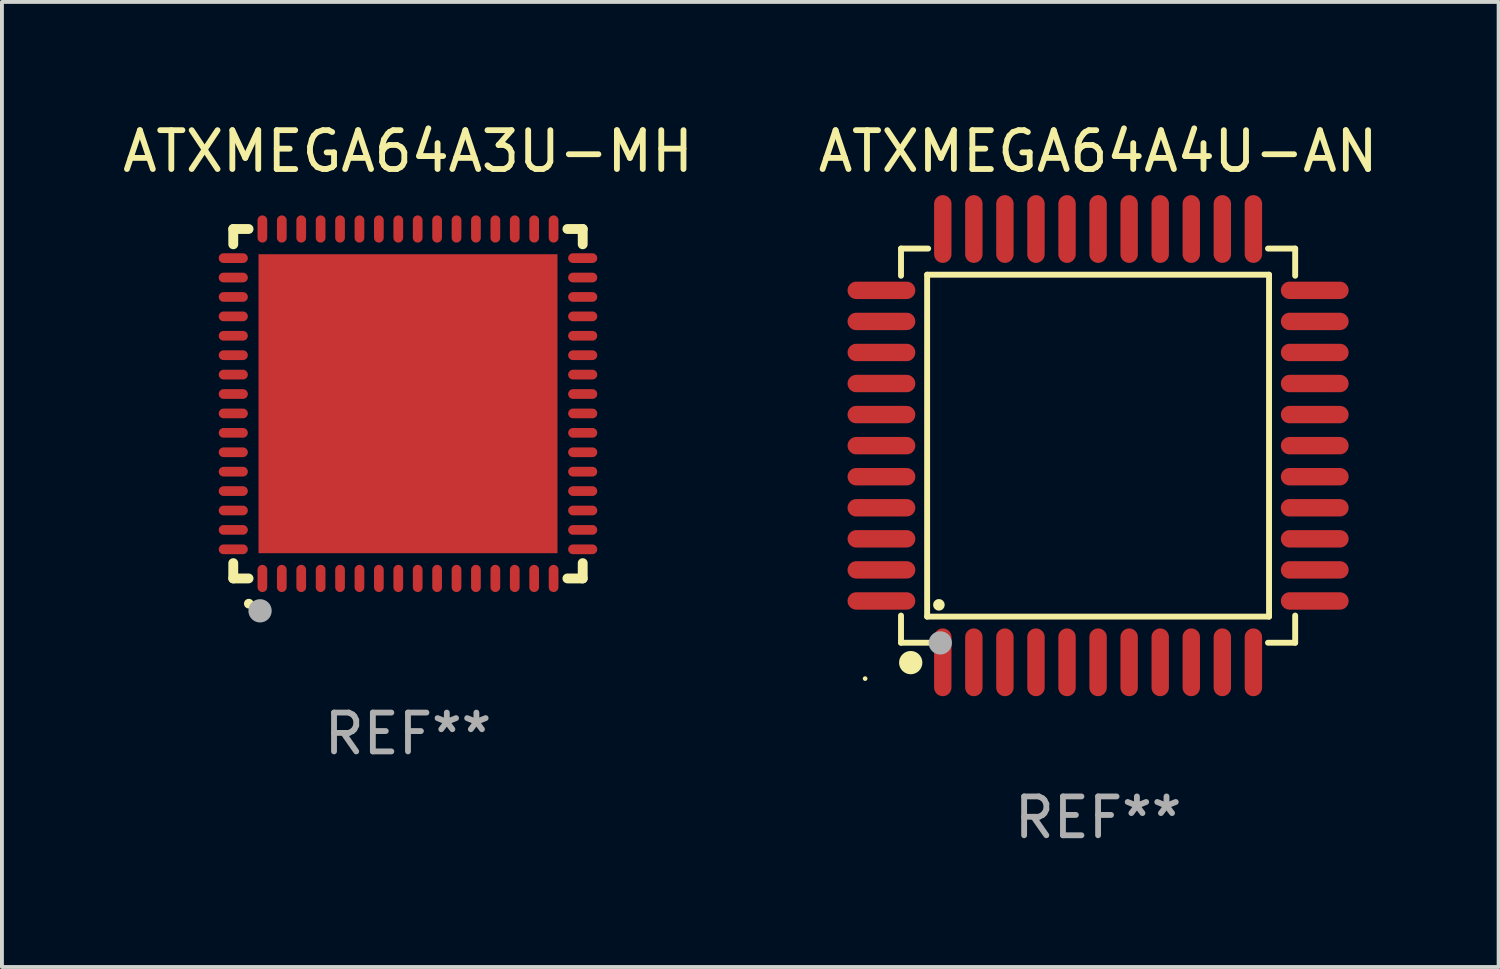
<source format=kicad_pcb>
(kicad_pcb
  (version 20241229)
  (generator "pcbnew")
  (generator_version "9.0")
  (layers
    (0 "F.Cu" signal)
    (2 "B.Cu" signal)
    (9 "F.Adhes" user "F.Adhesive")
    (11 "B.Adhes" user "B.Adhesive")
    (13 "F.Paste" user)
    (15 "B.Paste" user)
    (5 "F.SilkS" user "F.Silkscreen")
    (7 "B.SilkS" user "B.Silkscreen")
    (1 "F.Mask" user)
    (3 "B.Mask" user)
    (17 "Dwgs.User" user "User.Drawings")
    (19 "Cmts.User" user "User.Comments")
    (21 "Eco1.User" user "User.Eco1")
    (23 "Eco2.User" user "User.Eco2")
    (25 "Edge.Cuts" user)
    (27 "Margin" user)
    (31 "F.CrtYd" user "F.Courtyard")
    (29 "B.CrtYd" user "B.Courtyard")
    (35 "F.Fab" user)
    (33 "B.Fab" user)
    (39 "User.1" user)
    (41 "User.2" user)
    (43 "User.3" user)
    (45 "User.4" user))
  (footprint "ATXMEGA64A4U-AN"
    (layer "F.Cu")
    (at 25.232 8.428)
    (property "Reference" "ATXMEGA64A4U-AN" (at 0 -7.58 0) (layer "F.SilkS") (effects (font (size 1 1) (thickness 0.15))))
    (attr through_hole)
    (fp_line (start -5.076 -5.076) (end -5.076 -4.376) (stroke (width 0.152) (type solid)) (layer "F.SilkS"))
    (fp_line (start -5.076 5.076) (end -5.076 4.376) (stroke (width 0.152) (type solid)) (layer "F.SilkS"))
    (fp_line (start -4.403 -4.403) (end 4.403 -4.403) (stroke (width 0.152) (type solid)) (layer "F.SilkS"))
    (fp_line (start -4.403 4.403) (end -4.403 -4.403) (stroke (width 0.152) (type solid)) (layer "F.SilkS"))
    (fp_line (start -4.376 -5.076) (end -5.076 -5.076) (stroke (width 0.152) (type solid)) (layer "F.SilkS"))
    (fp_line (start -4.376 5.076) (end -5.076 5.076) (stroke (width 0.152) (type solid)) (layer "F.SilkS"))
    (fp_line (start 4.376 -5.076) (end 5.076 -5.076) (stroke (width 0.152) (type solid)) (layer "F.SilkS"))
    (fp_line (start 4.376 5.076) (end 5.076 5.076) (stroke (width 0.152) (type solid)) (layer "F.SilkS"))
    (fp_line (start 4.403 -4.403) (end 4.403 4.403) (stroke (width 0.152) (type solid)) (layer "F.SilkS"))
    (fp_line (start 4.403 4.403) (end -4.403 4.403) (stroke (width 0.152) (type solid)) (layer "F.SilkS"))
    (fp_line (start 5.076 -5.076) (end 5.076 -4.376) (stroke (width 0.152) (type solid)) (layer "F.SilkS"))
    (fp_line (start 5.076 5.076) (end 5.076 4.376) (stroke (width 0.152) (type solid)) (layer "F.SilkS"))
    (fp_circle (center -6 6) (end -5.97 6) (stroke (width 0.06) (type solid)) (fill no) (layer "F.SilkS"))
    (fp_circle (center -4.826 5.588) (end -4.676 5.588) (stroke (width 0.3) (type solid)) (fill no) (layer "F.SilkS"))
    (fp_circle (center -4.1 4.1) (end -4.025 4.1) (stroke (width 0.15) (type solid)) (fill no) (layer "F.SilkS"))
    (fp_circle (center -4.064 5.08) (end -3.914 5.08) (stroke (width 0.3) (type solid)) (fill no) (layer "F.Fab"))
    (fp_text user "REF**" (at 0 9.58 0) (layer "F.Fab") (effects (font (size 1 1) (thickness 0.15))))
    (pad "1" smd oval (at -4 5.58) (size 0.448 1.745) (layers "F.Cu" "F.Mask" "F.Paste"))
    (pad "2" smd oval (at -3.2 5.58) (size 0.448 1.745) (layers "F.Cu" "F.Mask" "F.Paste"))
    (pad "3" smd oval (at -2.4 5.58) (size 0.448 1.745) (layers "F.Cu" "F.Mask" "F.Paste"))
    (pad "4" smd oval (at -1.6 5.58) (size 0.448 1.745) (layers "F.Cu" "F.Mask" "F.Paste"))
    (pad "5" smd oval (at -0.8 5.58) (size 0.448 1.745) (layers "F.Cu" "F.Mask" "F.Paste"))
    (pad "6" smd oval (at 0 5.58) (size 0.448 1.745) (layers "F.Cu" "F.Mask" "F.Paste"))
    (pad "7" smd oval (at 0.8 5.58) (size 0.448 1.745) (layers "F.Cu" "F.Mask" "F.Paste"))
    (pad "8" smd oval (at 1.6 5.58) (size 0.448 1.745) (layers "F.Cu" "F.Mask" "F.Paste"))
    (pad "9" smd oval (at 2.4 5.58) (size 0.448 1.745) (layers "F.Cu" "F.Mask" "F.Paste"))
    (pad "10" smd oval (at 3.2 5.58) (size 0.448 1.745) (layers "F.Cu" "F.Mask" "F.Paste"))
    (pad "11" smd oval (at 4 5.58) (size 0.448 1.745) (layers "F.Cu" "F.Mask" "F.Paste"))
    (pad "12" smd oval (at 5.58 4) (size 1.745 0.448) (layers "F.Cu" "F.Mask" "F.Paste"))
    (pad "13" smd oval (at 5.58 3.2) (size 1.745 0.448) (layers "F.Cu" "F.Mask" "F.Paste"))
    (pad "14" smd oval (at 5.58 2.4) (size 1.745 0.448) (layers "F.Cu" "F.Mask" "F.Paste"))
    (pad "15" smd oval (at 5.58 1.6) (size 1.745 0.448) (layers "F.Cu" "F.Mask" "F.Paste"))
    (pad "16" smd oval (at 5.58 0.8) (size 1.745 0.448) (layers "F.Cu" "F.Mask" "F.Paste"))
    (pad "17" smd oval (at 5.58 0) (size 1.745 0.448) (layers "F.Cu" "F.Mask" "F.Paste"))
    (pad "18" smd oval (at 5.58 -0.8) (size 1.745 0.448) (layers "F.Cu" "F.Mask" "F.Paste"))
    (pad "19" smd oval (at 5.58 -1.6) (size 1.745 0.448) (layers "F.Cu" "F.Mask" "F.Paste"))
    (pad "20" smd oval (at 5.58 -2.4) (size 1.745 0.448) (layers "F.Cu" "F.Mask" "F.Paste"))
    (pad "21" smd oval (at 5.58 -3.2) (size 1.745 0.448) (layers "F.Cu" "F.Mask" "F.Paste"))
    (pad "22" smd oval (at 5.58 -4) (size 1.745 0.448) (layers "F.Cu" "F.Mask" "F.Paste"))
    (pad "23" smd oval (at 4 -5.58) (size 0.448 1.745) (layers "F.Cu" "F.Mask" "F.Paste"))
    (pad "24" smd oval (at 3.2 -5.58) (size 0.448 1.745) (layers "F.Cu" "F.Mask" "F.Paste"))
    (pad "25" smd oval (at 2.4 -5.58) (size 0.448 1.745) (layers "F.Cu" "F.Mask" "F.Paste"))
    (pad "26" smd oval (at 1.6 -5.58) (size 0.448 1.745) (layers "F.Cu" "F.Mask" "F.Paste"))
    (pad "27" smd oval (at 0.8 -5.58) (size 0.448 1.745) (layers "F.Cu" "F.Mask" "F.Paste"))
    (pad "28" smd oval (at 0 -5.58) (size 0.448 1.745) (layers "F.Cu" "F.Mask" "F.Paste"))
    (pad "29" smd oval (at -0.8 -5.58) (size 0.448 1.745) (layers "F.Cu" "F.Mask" "F.Paste"))
    (pad "30" smd oval (at -1.6 -5.58) (size 0.448 1.745) (layers "F.Cu" "F.Mask" "F.Paste"))
    (pad "31" smd oval (at -2.4 -5.58) (size 0.448 1.745) (layers "F.Cu" "F.Mask" "F.Paste"))
    (pad "32" smd oval (at -3.2 -5.58) (size 0.448 1.745) (layers "F.Cu" "F.Mask" "F.Paste"))
    (pad "33" smd oval (at -4 -5.58) (size 0.448 1.745) (layers "F.Cu" "F.Mask" "F.Paste"))
    (pad "34" smd oval (at -5.58 -4) (size 1.745 0.448) (layers "F.Cu" "F.Mask" "F.Paste"))
    (pad "35" smd oval (at -5.58 -3.2) (size 1.745 0.448) (layers "F.Cu" "F.Mask" "F.Paste"))
    (pad "36" smd oval (at -5.58 -2.4) (size 1.745 0.448) (layers "F.Cu" "F.Mask" "F.Paste"))
    (pad "37" smd oval (at -5.58 -1.6) (size 1.745 0.448) (layers "F.Cu" "F.Mask" "F.Paste"))
    (pad "38" smd oval (at -5.58 -0.8) (size 1.745 0.448) (layers "F.Cu" "F.Mask" "F.Paste"))
    (pad "39" smd oval (at -5.58 0) (size 1.745 0.448) (layers "F.Cu" "F.Mask" "F.Paste"))
    (pad "40" smd oval (at -5.58 0.8) (size 1.745 0.448) (layers "F.Cu" "F.Mask" "F.Paste"))
    (pad "41" smd oval (at -5.58 1.6) (size 1.745 0.448) (layers "F.Cu" "F.Mask" "F.Paste"))
    (pad "42" smd oval (at -5.58 2.4) (size 1.745 0.448) (layers "F.Cu" "F.Mask" "F.Paste"))
    (pad "43" smd oval (at -5.58 3.2) (size 1.745 0.448) (layers "F.Cu" "F.Mask" "F.Paste"))
    (pad "44" smd oval (at -5.58 4) (size 1.745 0.448) (layers "F.Cu" "F.Mask" "F.Paste")))
  (footprint "ATXMEGA64A3U-MH"
    (layer "F.Cu")
    (at 7.458 7.348)
    (property "Reference" "ATXMEGA64A3U-MH" (at 0 -6.5 0) (layer "F.SilkS") (effects (font (size 1 1) (thickness 0.15))))
    (attr through_hole)
    (fp_line (start -4.5 -4.5) (end -4.106 -4.5) (stroke (width 0.254) (type solid)) (layer "F.SilkS"))
    (fp_line (start -4.5 -4.106) (end -4.5 -4.5) (stroke (width 0.254) (type solid)) (layer "F.SilkS"))
    (fp_line (start -4.5 4.5) (end -4.5 4.106) (stroke (width 0.254) (type solid)) (layer "F.SilkS"))
    (fp_line (start -4.106 4.5) (end -4.5 4.5) (stroke (width 0.254) (type solid)) (layer "F.SilkS"))
    (fp_line (start 4.106 -4.5) (end 4.5 -4.5) (stroke (width 0.254) (type solid)) (layer "F.SilkS"))
    (fp_line (start 4.5 -4.5) (end 4.5 -4.106) (stroke (width 0.254) (type solid)) (layer "F.SilkS"))
    (fp_line (start 4.5 4.106) (end 4.5 4.5) (stroke (width 0.254) (type solid)) (layer "F.SilkS"))
    (fp_line (start 4.5 4.5) (end 4.106 4.5) (stroke (width 0.254) (type solid)) (layer "F.SilkS"))
    (fp_arc (start -4.099987 5.149898) (mid -4.098717 5.149892) (end -4.097447 5.149898) (stroke (width 0.24892) (type solid)) (layer "F.SilkS"))
    (fp_circle (center -4.5 4.5) (end -4.47 4.5) (stroke (width 0.06) (type solid)) (fill no) (layer "F.SilkS"))
    (fp_circle (center -3.81 5.334) (end -3.66 5.334) (stroke (width 0.3) (type solid)) (fill no) (layer "F.Fab"))
    (fp_text user "REF**" (at 0 8.5 0) (layer "F.Fab") (effects (font (size 1 1) (thickness 0.15))))
    (pad "1" smd oval (at -3.75 4.5) (size 0.25 0.7) (layers "F.Cu" "F.Mask" "F.Paste"))
    (pad "2" smd oval (at -3.25 4.5) (size 0.25 0.7) (layers "F.Cu" "F.Mask" "F.Paste"))
    (pad "3" smd oval (at -2.75 4.5) (size 0.25 0.7) (layers "F.Cu" "F.Mask" "F.Paste"))
    (pad "4" smd oval (at -2.25 4.5) (size 0.25 0.7) (layers "F.Cu" "F.Mask" "F.Paste"))
    (pad "5" smd oval (at -1.75 4.5) (size 0.25 0.7) (layers "F.Cu" "F.Mask" "F.Paste"))
    (pad "6" smd oval (at -1.25 4.5) (size 0.25 0.7) (layers "F.Cu" "F.Mask" "F.Paste"))
    (pad "7" smd oval (at -0.75 4.5) (size 0.25 0.7) (layers "F.Cu" "F.Mask" "F.Paste"))
    (pad "8" smd oval (at -0.25 4.5) (size 0.25 0.7) (layers "F.Cu" "F.Mask" "F.Paste"))
    (pad "9" smd oval (at 0.25 4.5) (size 0.25 0.7) (layers "F.Cu" "F.Mask" "F.Paste"))
    (pad "10" smd oval (at 0.75 4.5) (size 0.25 0.7) (layers "F.Cu" "F.Mask" "F.Paste"))
    (pad "11" smd oval (at 1.25 4.5) (size 0.25 0.7) (layers "F.Cu" "F.Mask" "F.Paste"))
    (pad "12" smd oval (at 1.75 4.5) (size 0.25 0.7) (layers "F.Cu" "F.Mask" "F.Paste"))
    (pad "13" smd oval (at 2.25 4.5) (size 0.25 0.7) (layers "F.Cu" "F.Mask" "F.Paste"))
    (pad "14" smd oval (at 2.75 4.5) (size 0.25 0.7) (layers "F.Cu" "F.Mask" "F.Paste"))
    (pad "15" smd oval (at 3.25 4.5) (size 0.25 0.7) (layers "F.Cu" "F.Mask" "F.Paste"))
    (pad "16" smd oval (at 3.75 4.5) (size 0.25 0.7) (layers "F.Cu" "F.Mask" "F.Paste"))
    (pad "17" smd oval (at 4.5 3.75) (size 0.75 0.25) (layers "F.Cu" "F.Mask" "F.Paste"))
    (pad "18" smd oval (at 4.5 3.25) (size 0.75 0.25) (layers "F.Cu" "F.Mask" "F.Paste"))
    (pad "19" smd oval (at 4.5 2.75) (size 0.75 0.25) (layers "F.Cu" "F.Mask" "F.Paste"))
    (pad "20" smd oval (at 4.5 2.25) (size 0.75 0.25) (layers "F.Cu" "F.Mask" "F.Paste"))
    (pad "21" smd oval (at 4.5 1.75) (size 0.75 0.25) (layers "F.Cu" "F.Mask" "F.Paste"))
    (pad "22" smd oval (at 4.5 1.25) (size 0.75 0.25) (layers "F.Cu" "F.Mask" "F.Paste"))
    (pad "23" smd oval (at 4.5 0.75) (size 0.75 0.25) (layers "F.Cu" "F.Mask" "F.Paste"))
    (pad "24" smd oval (at 4.5 0.25) (size 0.75 0.25) (layers "F.Cu" "F.Mask" "F.Paste"))
    (pad "25" smd oval (at 4.5 -0.25) (size 0.75 0.25) (layers "F.Cu" "F.Mask" "F.Paste"))
    (pad "26" smd oval (at 4.5 -0.75) (size 0.75 0.25) (layers "F.Cu" "F.Mask" "F.Paste"))
    (pad "27" smd oval (at 4.5 -1.25) (size 0.75 0.25) (layers "F.Cu" "F.Mask" "F.Paste"))
    (pad "28" smd oval (at 4.5 -1.75) (size 0.75 0.25) (layers "F.Cu" "F.Mask" "F.Paste"))
    (pad "29" smd oval (at 4.5 -2.25) (size 0.75 0.25) (layers "F.Cu" "F.Mask" "F.Paste"))
    (pad "30" smd oval (at 4.5 -2.75) (size 0.75 0.25) (layers "F.Cu" "F.Mask" "F.Paste"))
    (pad "31" smd oval (at 4.5 -3.25) (size 0.75 0.25) (layers "F.Cu" "F.Mask" "F.Paste"))
    (pad "32" smd oval (at 4.5 -3.75) (size 0.75 0.25) (layers "F.Cu" "F.Mask" "F.Paste"))
    (pad "33" smd oval (at 3.75 -4.5) (size 0.25 0.7) (layers "F.Cu" "F.Mask" "F.Paste"))
    (pad "34" smd oval (at 3.25 -4.5) (size 0.25 0.7) (layers "F.Cu" "F.Mask" "F.Paste"))
    (pad "35" smd oval (at 2.75 -4.5) (size 0.25 0.7) (layers "F.Cu" "F.Mask" "F.Paste"))
    (pad "36" smd oval (at 2.25 -4.5) (size 0.25 0.7) (layers "F.Cu" "F.Mask" "F.Paste"))
    (pad "37" smd oval (at 1.75 -4.5) (size 0.25 0.7) (layers "F.Cu" "F.Mask" "F.Paste"))
    (pad "38" smd oval (at 1.25 -4.5) (size 0.25 0.7) (layers "F.Cu" "F.Mask" "F.Paste"))
    (pad "39" smd oval (at 0.75 -4.5) (size 0.25 0.7) (layers "F.Cu" "F.Mask" "F.Paste"))
    (pad "40" smd oval (at 0.25 -4.5) (size 0.25 0.7) (layers "F.Cu" "F.Mask" "F.Paste"))
    (pad "41" smd oval (at -0.25 -4.5) (size 0.25 0.7) (layers "F.Cu" "F.Mask" "F.Paste"))
    (pad "42" smd oval (at -0.75 -4.5) (size 0.25 0.7) (layers "F.Cu" "F.Mask" "F.Paste"))
    (pad "43" smd oval (at -1.25 -4.5) (size 0.25 0.7) (layers "F.Cu" "F.Mask" "F.Paste"))
    (pad "44" smd oval (at -1.75 -4.5) (size 0.25 0.7) (layers "F.Cu" "F.Mask" "F.Paste"))
    (pad "45" smd oval (at -2.25 -4.5) (size 0.25 0.7) (layers "F.Cu" "F.Mask" "F.Paste"))
    (pad "46" smd oval (at -2.75 -4.5) (size 0.25 0.7) (layers "F.Cu" "F.Mask" "F.Paste"))
    (pad "47" smd oval (at -3.25 -4.5) (size 0.25 0.7) (layers "F.Cu" "F.Mask" "F.Paste"))
    (pad "48" smd oval (at -3.75 -4.5) (size 0.25 0.7) (layers "F.Cu" "F.Mask" "F.Paste"))
    (pad "49" smd oval (at -4.5 -3.75) (size 0.75 0.25) (layers "F.Cu" "F.Mask" "F.Paste"))
    (pad "50" smd oval (at -4.5 -3.25) (size 0.75 0.25) (layers "F.Cu" "F.Mask" "F.Paste"))
    (pad "51" smd oval (at -4.5 -2.75) (size 0.75 0.25) (layers "F.Cu" "F.Mask" "F.Paste"))
    (pad "52" smd oval (at -4.5 -2.25) (size 0.75 0.25) (layers "F.Cu" "F.Mask" "F.Paste"))
    (pad "53" smd oval (at -4.5 -1.75) (size 0.75 0.25) (layers "F.Cu" "F.Mask" "F.Paste"))
    (pad "54" smd oval (at -4.5 -1.25) (size 0.75 0.25) (layers "F.Cu" "F.Mask" "F.Paste"))
    (pad "55" smd oval (at -4.5 -0.75) (size 0.75 0.25) (layers "F.Cu" "F.Mask" "F.Paste"))
    (pad "56" smd oval (at -4.5 -0.25) (size 0.75 0.25) (layers "F.Cu" "F.Mask" "F.Paste"))
    (pad "57" smd oval (at -4.5 0.25) (size 0.75 0.25) (layers "F.Cu" "F.Mask" "F.Paste"))
    (pad "58" smd oval (at -4.5 0.75) (size 0.75 0.25) (layers "F.Cu" "F.Mask" "F.Paste"))
    (pad "59" smd oval (at -4.5 1.25) (size 0.75 0.25) (layers "F.Cu" "F.Mask" "F.Paste"))
    (pad "60" smd oval (at -4.5 1.75) (size 0.75 0.25) (layers "F.Cu" "F.Mask" "F.Paste"))
    (pad "61" smd oval (at -4.5 2.25) (size 0.75 0.25) (layers "F.Cu" "F.Mask" "F.Paste"))
    (pad "62" smd oval (at -4.5 2.75) (size 0.75 0.25) (layers "F.Cu" "F.Mask" "F.Paste"))
    (pad "63" smd oval (at -4.5 3.25) (size 0.75 0.25) (layers "F.Cu" "F.Mask" "F.Paste"))
    (pad "64" smd oval (at -4.5 3.75) (size 0.75 0.25) (layers "F.Cu" "F.Mask" "F.Paste"))
    (pad "65" smd rect (at 0.000394 -0.000013) (size 7.7 7.7) (layers "F.Cu" "F.Mask" "F.Paste")))
  (gr_rect
    (start -3 -3)
    (end 35.548 21.856)
    (stroke (width 0.1) (type default))
    (fill no)
    (layer "Edge.Cuts")))
</source>
